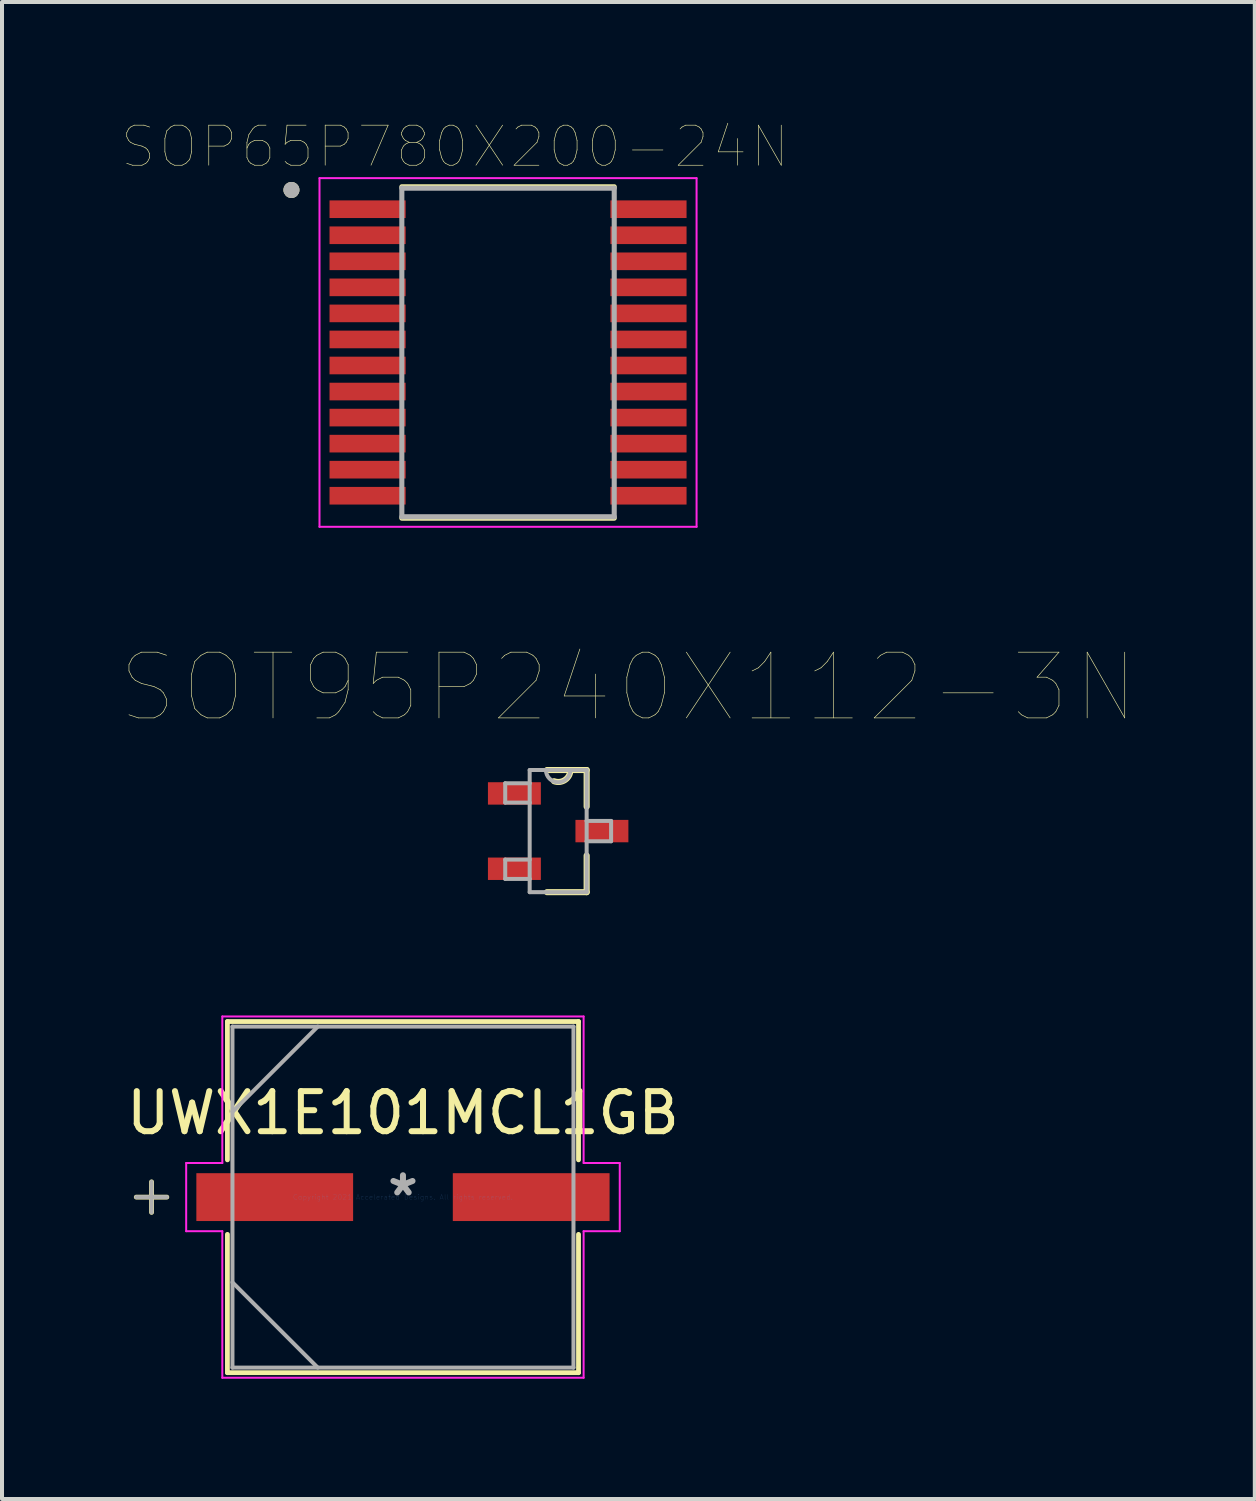
<source format=kicad_pcb>
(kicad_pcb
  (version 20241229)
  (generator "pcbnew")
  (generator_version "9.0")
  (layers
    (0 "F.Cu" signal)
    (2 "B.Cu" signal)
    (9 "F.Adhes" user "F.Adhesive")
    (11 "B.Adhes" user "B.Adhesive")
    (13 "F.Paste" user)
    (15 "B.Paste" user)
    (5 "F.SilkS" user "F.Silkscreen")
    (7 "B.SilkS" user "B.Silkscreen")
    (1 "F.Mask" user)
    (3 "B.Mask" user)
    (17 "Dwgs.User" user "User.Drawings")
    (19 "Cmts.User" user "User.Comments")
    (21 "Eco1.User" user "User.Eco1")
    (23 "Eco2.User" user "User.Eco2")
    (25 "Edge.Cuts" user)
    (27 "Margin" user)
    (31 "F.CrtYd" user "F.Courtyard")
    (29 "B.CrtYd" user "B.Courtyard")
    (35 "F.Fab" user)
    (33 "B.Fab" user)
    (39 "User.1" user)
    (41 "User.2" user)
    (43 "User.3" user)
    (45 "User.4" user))
  (footprint "SOP65P780X200-24N"
    (layer "F.Cu")
    (at 9.628 5.746)
    (property "Reference" "SOP65P780X200-24N" (at -1.325 -5.135 0) (layer "F.SilkS") (effects (font (size 1 1) (thickness 0.015))))
    (attr through_hole)
    (fp_line (start -2.65 -4.135) (end 2.65 -4.135) (stroke (width 0.127) (type solid)) (layer "F.SilkS"))
    (fp_line (start -2.65 4.135) (end 2.65 4.135) (stroke (width 0.127) (type solid)) (layer "F.SilkS"))
    (fp_circle (center -5.405 -4.055) (end -5.305 -4.055) (stroke (width 0.2) (type solid)) (fill no) (layer "F.SilkS"))
    (fp_line (start -4.705 -4.35) (end -4.705 4.35) (stroke (width 0.05) (type solid)) (layer "F.CrtYd"))
    (fp_line (start -4.705 -4.35) (end 4.705 -4.35) (stroke (width 0.05) (type solid)) (layer "F.CrtYd"))
    (fp_line (start -4.705 4.35) (end 4.705 4.35) (stroke (width 0.05) (type solid)) (layer "F.CrtYd"))
    (fp_line (start 4.705 -4.35) (end 4.705 4.35) (stroke (width 0.05) (type solid)) (layer "F.CrtYd"))
    (fp_line (start -2.65 -4.1) (end -2.65 4.1) (stroke (width 0.127) (type solid)) (layer "F.Fab"))
    (fp_line (start -2.65 -4.1) (end 2.65 -4.1) (stroke (width 0.127) (type solid)) (layer "F.Fab"))
    (fp_line (start -2.65 4.1) (end 2.65 4.1) (stroke (width 0.127) (type solid)) (layer "F.Fab"))
    (fp_line (start 2.65 -4.1) (end 2.65 4.1) (stroke (width 0.127) (type solid)) (layer "F.Fab"))
    (fp_circle (center -5.405 -4.055) (end -5.305 -4.055) (stroke (width 0.2) (type solid)) (fill no) (layer "F.Fab"))
    (pad "1" smd rect (at -3.505 -3.575) (size 1.9 0.44) (layers "F.Cu" "F.Mask" "F.Paste"))
    (pad "2" smd rect (at -3.505 -2.925) (size 1.9 0.44) (layers "F.Cu" "F.Mask" "F.Paste"))
    (pad "3" smd rect (at -3.505 -2.275) (size 1.9 0.44) (layers "F.Cu" "F.Mask" "F.Paste"))
    (pad "4" smd rect (at -3.505 -1.625) (size 1.9 0.44) (layers "F.Cu" "F.Mask" "F.Paste"))
    (pad "5" smd rect (at -3.505 -0.975) (size 1.9 0.44) (layers "F.Cu" "F.Mask" "F.Paste"))
    (pad "6" smd rect (at -3.505 -0.325) (size 1.9 0.44) (layers "F.Cu" "F.Mask" "F.Paste"))
    (pad "7" smd rect (at -3.505 0.325) (size 1.9 0.44) (layers "F.Cu" "F.Mask" "F.Paste"))
    (pad "8" smd rect (at -3.505 0.975) (size 1.9 0.44) (layers "F.Cu" "F.Mask" "F.Paste"))
    (pad "9" smd rect (at -3.505 1.625) (size 1.9 0.44) (layers "F.Cu" "F.Mask" "F.Paste"))
    (pad "10" smd rect (at -3.505 2.275) (size 1.9 0.44) (layers "F.Cu" "F.Mask" "F.Paste"))
    (pad "11" smd rect (at -3.505 2.925) (size 1.9 0.44) (layers "F.Cu" "F.Mask" "F.Paste"))
    (pad "12" smd rect (at -3.505 3.575) (size 1.9 0.44) (layers "F.Cu" "F.Mask" "F.Paste"))
    (pad "13" smd rect (at 3.505 3.575) (size 1.9 0.44) (layers "F.Cu" "F.Mask" "F.Paste"))
    (pad "14" smd rect (at 3.505 2.925) (size 1.9 0.44) (layers "F.Cu" "F.Mask" "F.Paste"))
    (pad "15" smd rect (at 3.505 2.275) (size 1.9 0.44) (layers "F.Cu" "F.Mask" "F.Paste"))
    (pad "16" smd rect (at 3.505 1.625) (size 1.9 0.44) (layers "F.Cu" "F.Mask" "F.Paste"))
    (pad "17" smd rect (at 3.505 0.975) (size 1.9 0.44) (layers "F.Cu" "F.Mask" "F.Paste"))
    (pad "18" smd rect (at 3.505 0.325) (size 1.9 0.44) (layers "F.Cu" "F.Mask" "F.Paste"))
    (pad "19" smd rect (at 3.505 -0.325) (size 1.9 0.44) (layers "F.Cu" "F.Mask" "F.Paste"))
    (pad "20" smd rect (at 3.505 -0.975) (size 1.9 0.44) (layers "F.Cu" "F.Mask" "F.Paste"))
    (pad "21" smd rect (at 3.505 -1.625) (size 1.9 0.44) (layers "F.Cu" "F.Mask" "F.Paste"))
    (pad "22" smd rect (at 3.505 -2.275) (size 1.9 0.44) (layers "F.Cu" "F.Mask" "F.Paste"))
    (pad "23" smd rect (at 3.505 -2.925) (size 1.9 0.44) (layers "F.Cu" "F.Mask" "F.Paste"))
    (pad "24" smd rect (at 3.505 -3.575) (size 1.9 0.44) (layers "F.Cu" "F.Mask" "F.Paste")))
  (footprint "SOT95P240X112-3N"
    (layer "F.Cu")
    (at 10.879 17.69)
    (property "Reference" "SOT95P240X112-3N" (at 1.753 -3.583 0) (layer "F.SilkS") (effects (font (size 1.641 1.641) (thickness 0.015))))
    (attr through_hole)
    (fp_line (start -0.279 1.524) (end 0.711 1.524) (stroke (width 0.152) (type solid)) (layer "F.SilkS"))
    (fp_line (start 0.305 -1.524) (end -0.279 -1.524) (stroke (width 0.152) (type solid)) (layer "F.SilkS"))
    (fp_line (start 0.711 -1.524) (end 0.305 -1.524) (stroke (width 0.152) (type solid)) (layer "F.SilkS"))
    (fp_line (start 0.711 -0.61) (end 0.711 -1.524) (stroke (width 0.152) (type solid)) (layer "F.SilkS"))
    (fp_line (start 0.711 1.524) (end 0.711 0.61) (stroke (width 0.152) (type solid)) (layer "F.SilkS"))
    (fp_arc (start 0.3048 -1.524) (mid 0.174323 -1.278521) (end -0.1016 -1.2446) (stroke (width 0.1524) (type solid)) (layer "F.SilkS"))
    (fp_line (start -1.321 -1.194) (end -1.321 -0.711) (stroke (width 0.1) (type solid)) (layer "F.Fab"))
    (fp_line (start -1.321 -0.711) (end -0.711 -0.711) (stroke (width 0.1) (type solid)) (layer "F.Fab"))
    (fp_line (start -1.321 0.711) (end -1.321 1.194) (stroke (width 0.1) (type solid)) (layer "F.Fab"))
    (fp_line (start -1.321 1.194) (end -0.711 1.194) (stroke (width 0.1) (type solid)) (layer "F.Fab"))
    (fp_line (start -0.711 -1.524) (end -0.711 -1.194) (stroke (width 0.1) (type solid)) (layer "F.Fab"))
    (fp_line (start -0.711 -1.194) (end -1.321 -1.194) (stroke (width 0.1) (type solid)) (layer "F.Fab"))
    (fp_line (start -0.711 -1.194) (end -0.711 -0.711) (stroke (width 0.1) (type solid)) (layer "F.Fab"))
    (fp_line (start -0.711 -0.711) (end -0.711 0.711) (stroke (width 0.1) (type solid)) (layer "F.Fab"))
    (fp_line (start -0.711 0.711) (end -1.321 0.711) (stroke (width 0.1) (type solid)) (layer "F.Fab"))
    (fp_line (start -0.711 1.194) (end -0.711 0.711) (stroke (width 0.1) (type solid)) (layer "F.Fab"))
    (fp_line (start -0.711 1.524) (end -0.711 1.194) (stroke (width 0.1) (type solid)) (layer "F.Fab"))
    (fp_line (start -0.711 1.524) (end 0.711 1.524) (stroke (width 0.1) (type solid)) (layer "F.Fab"))
    (fp_line (start -0.305 -1.524) (end -0.711 -1.524) (stroke (width 0.1) (type solid)) (layer "F.Fab"))
    (fp_line (start 0.305 -1.524) (end -0.305 -1.524) (stroke (width 0.1) (type solid)) (layer "F.Fab"))
    (fp_line (start 0.711 -1.524) (end 0.305 -1.524) (stroke (width 0.1) (type solid)) (layer "F.Fab"))
    (fp_line (start 0.711 -0.254) (end 0.711 -1.524) (stroke (width 0.1) (type solid)) (layer "F.Fab"))
    (fp_line (start 0.711 0.254) (end 0.711 -0.254) (stroke (width 0.1) (type solid)) (layer "F.Fab"))
    (fp_line (start 0.711 0.254) (end 1.321 0.254) (stroke (width 0.1) (type solid)) (layer "F.Fab"))
    (fp_line (start 0.711 1.524) (end 0.711 0.254) (stroke (width 0.1) (type solid)) (layer "F.Fab"))
    (fp_line (start 1.321 -0.254) (end 0.711 -0.254) (stroke (width 0.1) (type solid)) (layer "F.Fab"))
    (fp_line (start 1.321 0.254) (end 1.321 -0.254) (stroke (width 0.1) (type solid)) (layer "F.Fab"))
    (fp_arc (start 0.3048 -1.524) (mid 0 -1.2192) (end -0.3048 -1.524) (stroke (width 0.1) (type solid)) (layer "F.Fab"))
    (pad "1" smd rect (at -1.092 -0.94) (size 1.321 0.559) (layers "F.Cu" "F.Mask" "F.Paste"))
    (pad "2" smd rect (at -1.092 0.94) (size 1.321 0.559) (layers "F.Cu" "F.Mask" "F.Paste"))
    (pad "3" smd rect (at 1.092 0) (size 1.321 0.559) (layers "F.Cu" "F.Mask" "F.Paste")))
  (footprint "UWX1E101MCL1GB"
    (layer "F.Cu")
    (at 7.006 26.824)
    (property "Reference" "UWX1E101MCL1GB" (at 0 -2.1 0) (layer "F.SilkS") (effects (font (size 1 1) (thickness 0.15))))
    (attr through_hole)
    (fp_line (start -6.274 -0.381) (end -6.274 0.381) (stroke (width 0.12) (type solid)) (layer "F.SilkS"))
    (fp_line (start -5.893 0) (end -6.655 0) (stroke (width 0.12) (type solid)) (layer "F.SilkS"))
    (fp_line (start -4.381 -4.381) (end -4.381 -0.93) (stroke (width 0.12) (type solid)) (layer "F.SilkS"))
    (fp_line (start -4.381 0.93) (end -4.381 4.381) (stroke (width 0.12) (type solid)) (layer "F.SilkS"))
    (fp_line (start -4.381 4.381) (end 4.381 4.381) (stroke (width 0.12) (type solid)) (layer "F.SilkS"))
    (fp_line (start 4.381 -4.381) (end -4.381 -4.381) (stroke (width 0.12) (type solid)) (layer "F.SilkS"))
    (fp_line (start 4.381 -0.93) (end 4.381 -4.381) (stroke (width 0.12) (type solid)) (layer "F.SilkS"))
    (fp_line (start 4.381 4.381) (end 4.381 0.93) (stroke (width 0.12) (type solid)) (layer "F.SilkS"))
    (fp_line (start -5.41 -0.851) (end -4.508 -0.851) (stroke (width 0.05) (type solid)) (layer "F.CrtYd"))
    (fp_line (start -5.41 0.851) (end -5.41 -0.851) (stroke (width 0.05) (type solid)) (layer "F.CrtYd"))
    (fp_line (start -4.508 -4.508) (end 4.508 -4.508) (stroke (width 0.05) (type solid)) (layer "F.CrtYd"))
    (fp_line (start -4.508 -0.851) (end -4.508 -4.508) (stroke (width 0.05) (type solid)) (layer "F.CrtYd"))
    (fp_line (start -4.508 0.851) (end -5.41 0.851) (stroke (width 0.05) (type solid)) (layer "F.CrtYd"))
    (fp_line (start -4.508 4.508) (end -4.508 0.851) (stroke (width 0.05) (type solid)) (layer "F.CrtYd"))
    (fp_line (start 4.508 -4.508) (end 4.508 -0.851) (stroke (width 0.05) (type solid)) (layer "F.CrtYd"))
    (fp_line (start 4.508 -0.851) (end 5.41 -0.851) (stroke (width 0.05) (type solid)) (layer "F.CrtYd"))
    (fp_line (start 4.508 0.851) (end 4.508 4.508) (stroke (width 0.05) (type solid)) (layer "F.CrtYd"))
    (fp_line (start 4.508 4.508) (end -4.508 4.508) (stroke (width 0.05) (type solid)) (layer "F.CrtYd"))
    (fp_line (start 5.41 -0.851) (end 5.41 0.851) (stroke (width 0.05) (type solid)) (layer "F.CrtYd"))
    (fp_line (start 5.41 0.851) (end 4.508 0.851) (stroke (width 0.05) (type solid)) (layer "F.CrtYd"))
    (fp_line (start -6.274 -0.381) (end -6.274 0.381) (stroke (width 0.1) (type solid)) (layer "F.Fab"))
    (fp_line (start -5.893 0) (end -6.655 0) (stroke (width 0.1) (type solid)) (layer "F.Fab"))
    (fp_line (start -4.255 -4.255) (end -4.255 4.255) (stroke (width 0.1) (type solid)) (layer "F.Fab"))
    (fp_line (start -4.255 -2.127) (end -2.127 -4.255) (stroke (width 0.1) (type solid)) (layer "F.Fab"))
    (fp_line (start -4.255 2.127) (end -2.127 4.255) (stroke (width 0.1) (type solid)) (layer "F.Fab"))
    (fp_line (start -4.255 4.255) (end 4.255 4.255) (stroke (width 0.1) (type solid)) (layer "F.Fab"))
    (fp_line (start 4.255 -4.255) (end -4.255 -4.255) (stroke (width 0.1) (type solid)) (layer "F.Fab"))
    (fp_line (start 4.255 4.255) (end 4.255 -4.255) (stroke (width 0.1) (type solid)) (layer "F.Fab"))
    (fp_text user "Copyright 2021 Accelerated Designs. All rights reserved." (at 0 0 0) (layer "Cmts.User") (effects (font (size 0.127 0.127) (thickness 0.002))))
    (fp_text user "*" (at 0 0 0) (layer "F.Fab") (effects (font (size 1 1) (thickness 0.15))))
    (pad "1" smd rect (at -3.2 0) (size 3.912 1.194) (layers "F.Cu" "F.Mask" "F.Paste"))
    (pad "2" smd rect (at 3.2 0) (size 3.912 1.194) (layers "F.Cu" "F.Mask" "F.Paste")))
  (gr_rect
    (start -3 -3)
    (end 28.264 34.357)
    (stroke (width 0.1) (type default))
    (fill no)
    (layer "Edge.Cuts")))
</source>
